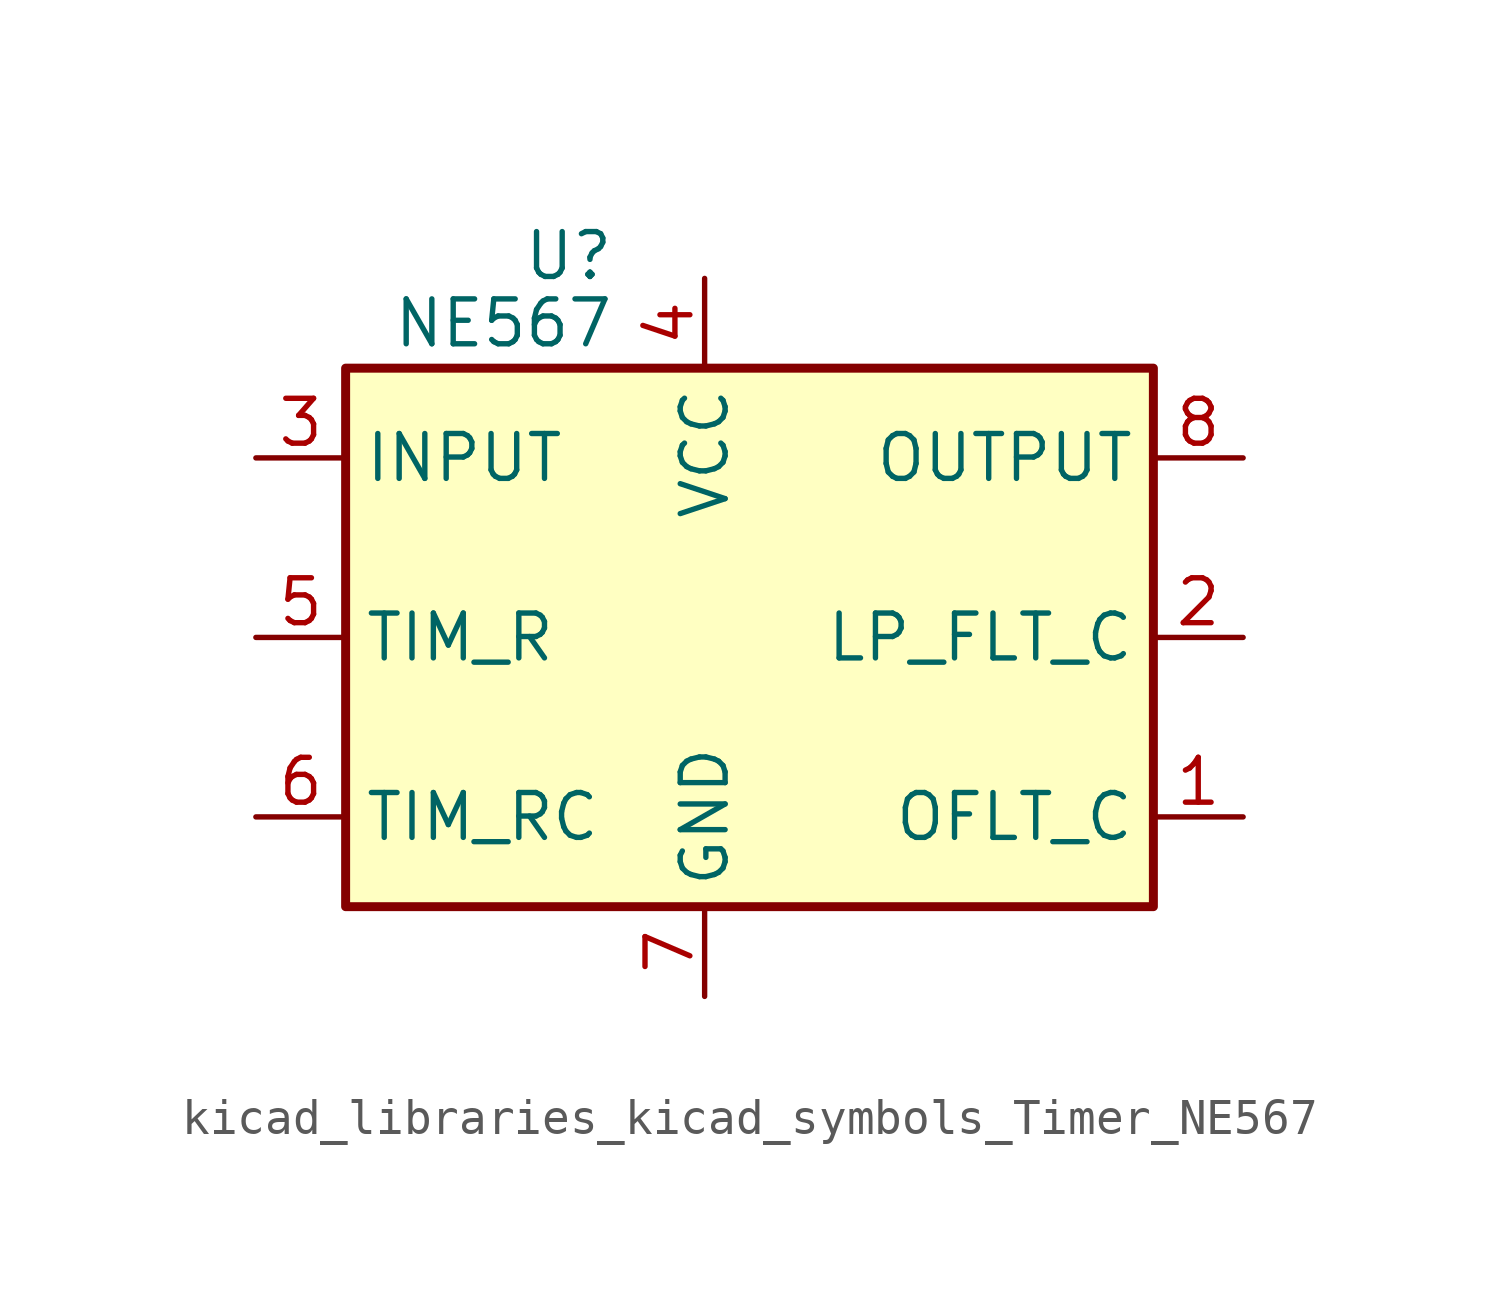
<source format=kicad_sym>
(kicad_symbol_lib
  (version 20220914)
  (generator kicad_symbol_editor)
  (symbol "kicad_libraries_kicad_symbols_Timer_NE567"
    (property "Reference" "U"
      (at -2.54 10.795 0)
      (effects (font (size 1.27 1.27)) (justify right)))
    (property "Value" "NE567"
      (at -2.54 8.89 0)
      (effects (font (size 1.27 1.27)) (justify right)))
    (symbol "kicad_libraries_kicad_symbols_Timer_NE567_0_1"
      (rectangle (start -10.16 7.62) (end 12.7 -7.62) (stroke (width 0.254) (type default)) (fill (type background))))
    (symbol "kicad_libraries_kicad_symbols_Timer_NE567_1_1"
      (pin output line (at 15.24 -5.08 180) (length 2.54) (name "OFLT_C" (effects (font (size 1.27 1.27)))) (number "1" (effects (font (size 1.27 1.27)))))
      (pin output line (at 15.24 0 180) (length 2.54) (name "LP_FLT_C" (effects (font (size 1.27 1.27)))) (number "2" (effects (font (size 1.27 1.27)))))
      (pin input line (at -12.7 5.08 0) (length 2.54) (name "INPUT" (effects (font (size 1.27 1.27)))) (number "3" (effects (font (size 1.27 1.27)))))
      (pin power_in line (at 0 10.16 270) (length 2.54) (name "VCC" (effects (font (size 1.27 1.27)))) (number "4" (effects (font (size 1.27 1.27)))))
      (pin input line (at -12.7 0 0) (length 2.54) (name "TIM_R" (effects (font (size 1.27 1.27)))) (number "5" (effects (font (size 1.27 1.27)))))
      (pin input line (at -12.7 -5.08 0) (length 2.54) (name "TIM_RC" (effects (font (size 1.27 1.27)))) (number "6" (effects (font (size 1.27 1.27)))))
      (pin power_in line (at 0 -10.16 90) (length 2.54) (name "GND" (effects (font (size 1.27 1.27)))) (number "7" (effects (font (size 1.27 1.27)))))
      (pin output line (at 15.24 5.08 180) (length 2.54) (name "OUTPUT" (effects (font (size 1.27 1.27)))) (number "8" (effects (font (size 1.27 1.27))))))))
</source>
